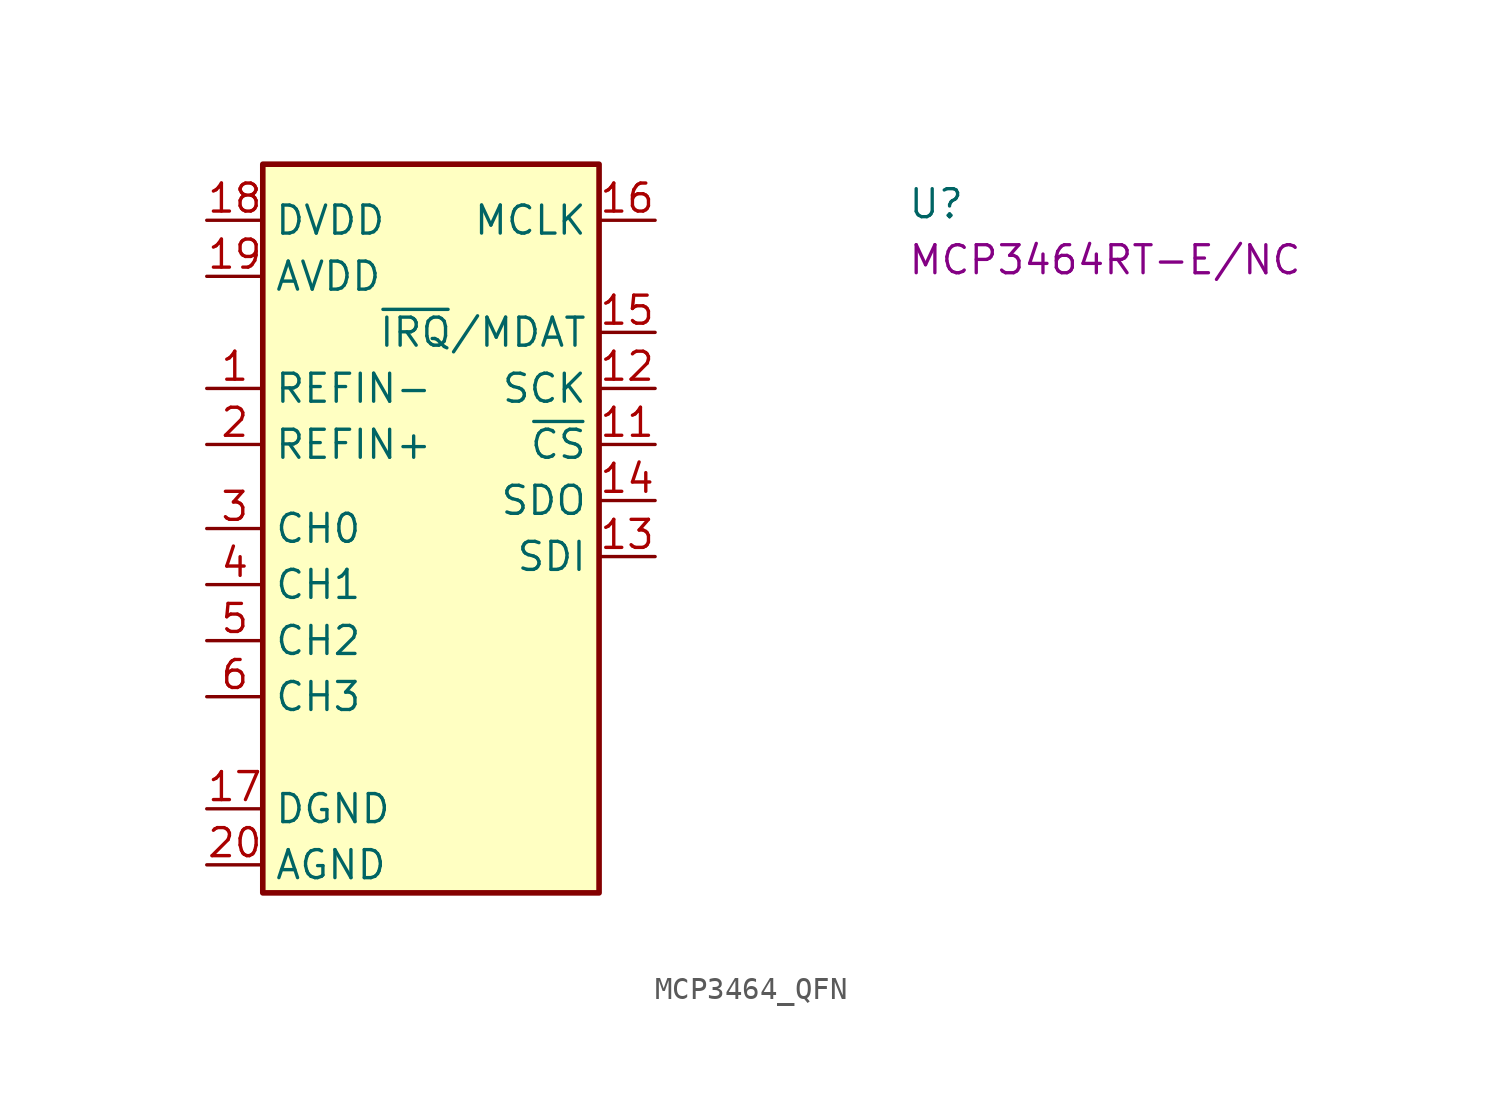
<source format=kicad_sym>
(kicad_symbol_lib
  (version 20220914)
  (generator kicad_symbol_editor)
  (symbol "MCP3464_QFN"
    (property "Reference" "U"
      (at 31.75 0 0)
      (effects (font (size 1.27 1.27) (thickness 0.15)) (justify left bottom)))
    (property "MPN" "MCP3464RT-E/NC"
      (at 31.75 -2.54 0)
      (effects (font (size 1.27 1.27) (thickness 0.15)) (justify left bottom)))
    (symbol "MCP3464_QFN_1_0"
      (pin power_in line (at 0 -26.67 0) (length 2.54) (name "DGND" (effects (font (size 1.27 1.27)))) (number "17" (effects (font (size 1.27 1.27)))))
      (pin power_in line (at 0 0 0) (length 2.54) (name "DVDD" (effects (font (size 1.27 1.27)))) (number "18" (effects (font (size 1.27 1.27)))))
      (pin power_in line (at 0 -2.54 0) (length 2.54) (name "AVDD" (effects (font (size 1.27 1.27)))) (number "19" (effects (font (size 1.27 1.27)))))
      (pin power_in line (at 0 -29.21 0) (length 2.54) (name "AGND" (effects (font (size 1.27 1.27)))) (number "20" (effects (font (size 1.27 1.27)))))
      (pin passive line (at 0 -29.21 0) (length 2.54) hide (name "AGND" (effects (font (size 1.27 1.27)))) (number "21" (effects (font (size 1.27 1.27))))))
    (symbol "MCP3464_QFN_1_1"
      (rectangle (start 2.54 2.54) (end 17.78 -30.48) (stroke (width 0.254) (type default)) (fill (type background)))
      (pin input line (at 0 -7.62 0) (length 2.54) (name "REFIN-" (effects (font (size 1.27 1.27)))) (number "1" (effects (font (size 1.27 1.27)))))
      (pin no_connect line (at 17.78 -26.67 180) (length 2.54) hide (name "NC" (effects (font (size 1.27 1.27)))) (number "10" (effects (font (size 1.27 1.27)))))
      (pin input line (at 20.32 -10.16 180) (length 2.54) (name "~{CS}" (effects (font (size 1.27 1.27)))) (number "11" (effects (font (size 1.27 1.27)))))
      (pin input line (at 20.32 -7.62 180) (length 2.54) (name "SCK" (effects (font (size 1.27 1.27)))) (number "12" (effects (font (size 1.27 1.27)))))
      (pin input line (at 20.32 -15.24 180) (length 2.54) (name "SDI" (effects (font (size 1.27 1.27)))) (number "13" (effects (font (size 1.27 1.27)))))
      (pin input line (at 20.32 -12.7 180) (length 2.54) (name "SDO" (effects (font (size 1.27 1.27)))) (number "14" (effects (font (size 1.27 1.27)))))
      (pin bidirectional line (at 20.32 -5.08 180) (length 2.54) (name "~{IRQ}/MDAT" (effects (font (size 1.27 1.27)))) (number "15" (effects (font (size 1.27 1.27)))))
      (pin input line (at 20.32 0 180) (length 2.54) (name "MCLK" (effects (font (size 1.27 1.27)))) (number "16" (effects (font (size 1.27 1.27)))))
      (pin input line (at 0 -10.16 0) (length 2.54) (name "REFIN+" (effects (font (size 1.27 1.27)))) (number "2" (effects (font (size 1.27 1.27)))))
      (pin input line (at 0 -13.97 0) (length 2.54) (name "CH0" (effects (font (size 1.27 1.27)))) (number "3" (effects (font (size 1.27 1.27)))))
      (pin input line (at 0 -16.51 0) (length 2.54) (name "CH1" (effects (font (size 1.27 1.27)))) (number "4" (effects (font (size 1.27 1.27)))))
      (pin input line (at 0 -19.05 0) (length 2.54) (name "CH2" (effects (font (size 1.27 1.27)))) (number "5" (effects (font (size 1.27 1.27)))))
      (pin input line (at 0 -21.59 0) (length 2.54) (name "CH3" (effects (font (size 1.27 1.27)))) (number "6" (effects (font (size 1.27 1.27)))))
      (pin no_connect line (at 17.78 -21.59 180) (length 2.54) hide (name "NC" (effects (font (size 1.27 1.27)))) (number "7" (effects (font (size 1.27 1.27)))))
      (pin no_connect line (at 17.78 -24.13 180) (length 2.54) hide (name "NC" (effects (font (size 1.27 1.27)))) (number "8" (effects (font (size 1.27 1.27)))))
      (pin no_connect line (at 17.78 -29.21 180) (length 2.54) hide (name "NC" (effects (font (size 1.27 1.27)))) (number "9" (effects (font (size 1.27 1.27))))))))
</source>
